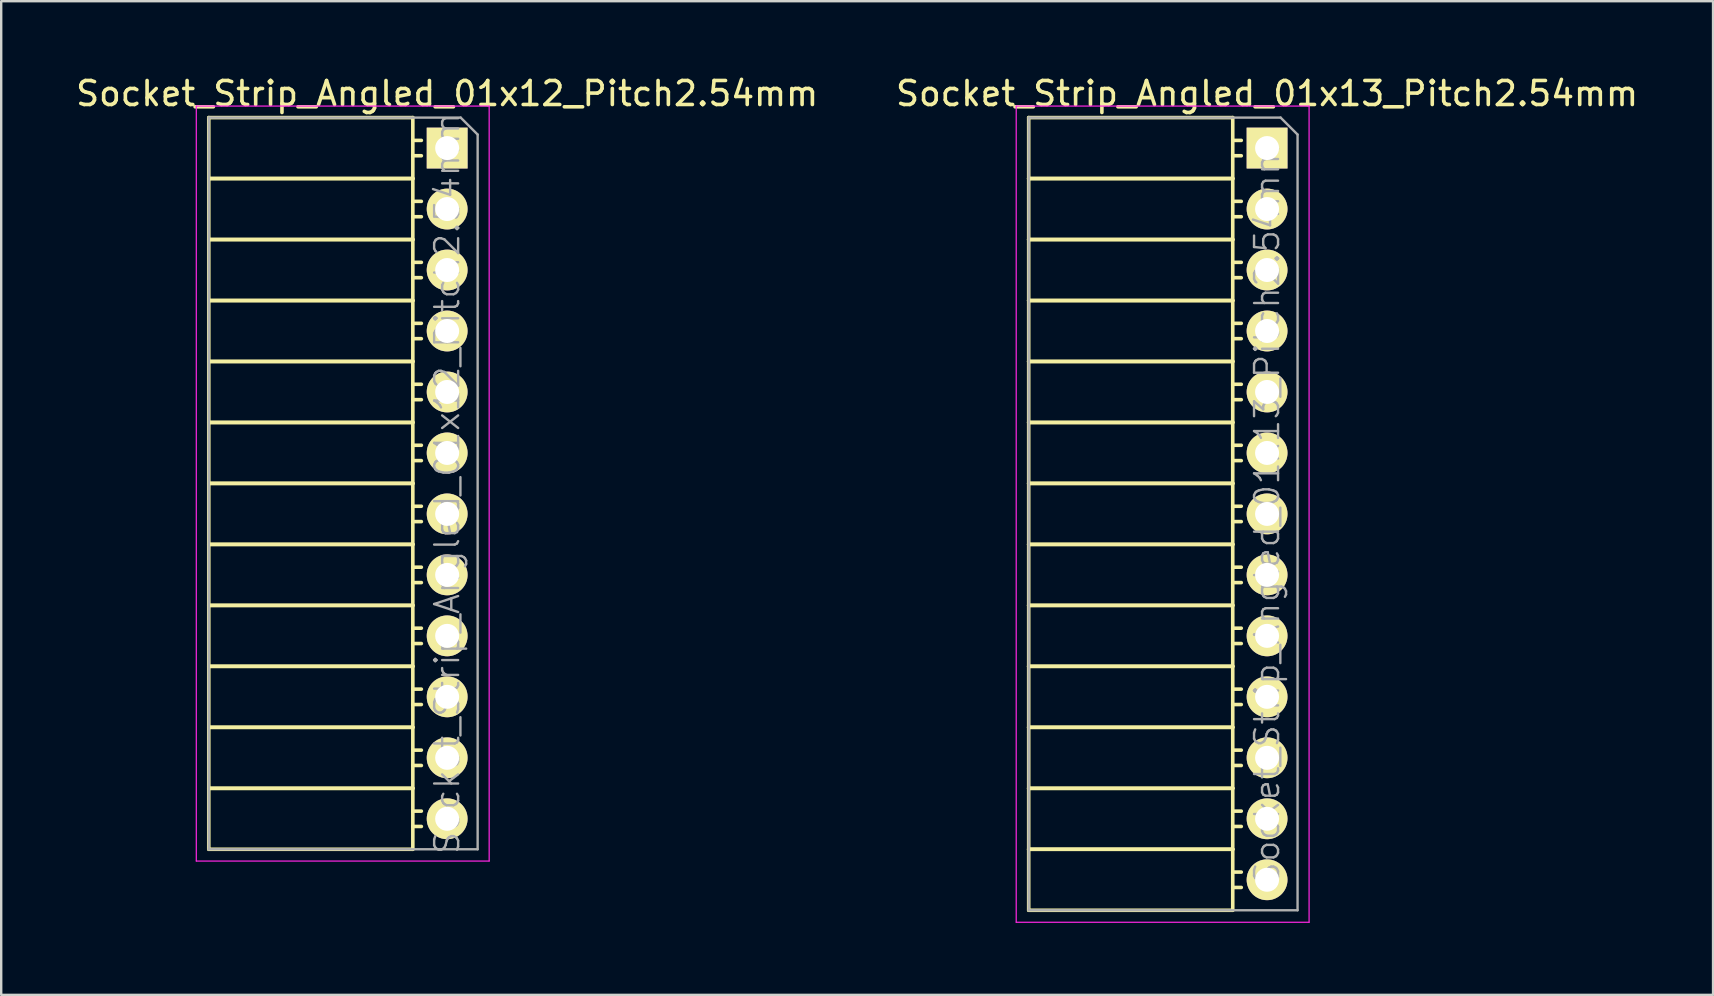
<source format=kicad_pcb>
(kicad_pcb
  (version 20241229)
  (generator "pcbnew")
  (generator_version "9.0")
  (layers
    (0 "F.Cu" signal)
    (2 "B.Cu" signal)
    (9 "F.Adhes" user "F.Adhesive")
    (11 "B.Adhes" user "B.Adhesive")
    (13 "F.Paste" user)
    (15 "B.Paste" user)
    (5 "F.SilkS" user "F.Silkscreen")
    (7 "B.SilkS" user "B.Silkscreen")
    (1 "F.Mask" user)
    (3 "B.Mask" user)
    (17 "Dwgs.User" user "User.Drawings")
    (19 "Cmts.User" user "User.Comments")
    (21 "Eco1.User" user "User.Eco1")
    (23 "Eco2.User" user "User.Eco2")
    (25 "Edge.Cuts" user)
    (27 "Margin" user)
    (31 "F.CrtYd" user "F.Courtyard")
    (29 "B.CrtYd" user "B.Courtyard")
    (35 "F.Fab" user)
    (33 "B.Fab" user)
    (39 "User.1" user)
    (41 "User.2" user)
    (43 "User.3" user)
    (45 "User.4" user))
  (footprint "Socket_Strip_Angled_01x13_Pitch2.54mm"
    (layer "F.Cu")
    (at 49.732 3.118)
    (property "Reference" "Socket_Strip_Angled_01x13_Pitch2.54mm" (at 0 -2.27 0) (layer "F.SilkS") (effects (font (size 1 1) (thickness 0.15))))
    (attr smd)
    (fp_line (start -9.93 -1.27) (end -9.93 1.27) (stroke (width 0.15) (type solid)) (layer "F.SilkS"))
    (fp_line (start -9.93 -1.27) (end -1.43 -1.27) (stroke (width 0.15) (type solid)) (layer "F.SilkS"))
    (fp_line (start -9.93 1.27) (end -9.93 3.81) (stroke (width 0.15) (type solid)) (layer "F.SilkS"))
    (fp_line (start -9.93 1.27) (end -1.43 1.27) (stroke (width 0.15) (type solid)) (layer "F.SilkS"))
    (fp_line (start -9.93 1.27) (end -1.43 1.27) (stroke (width 0.15) (type solid)) (layer "F.SilkS"))
    (fp_line (start -9.93 3.81) (end -9.93 6.35) (stroke (width 0.15) (type solid)) (layer "F.SilkS"))
    (fp_line (start -9.93 3.81) (end -1.43 3.81) (stroke (width 0.15) (type solid)) (layer "F.SilkS"))
    (fp_line (start -9.93 3.81) (end -1.43 3.81) (stroke (width 0.15) (type solid)) (layer "F.SilkS"))
    (fp_line (start -9.93 6.35) (end -9.93 8.89) (stroke (width 0.15) (type solid)) (layer "F.SilkS"))
    (fp_line (start -9.93 6.35) (end -1.43 6.35) (stroke (width 0.15) (type solid)) (layer "F.SilkS"))
    (fp_line (start -9.93 6.35) (end -1.43 6.35) (stroke (width 0.15) (type solid)) (layer "F.SilkS"))
    (fp_line (start -9.93 8.89) (end -9.93 11.43) (stroke (width 0.15) (type solid)) (layer "F.SilkS"))
    (fp_line (start -9.93 8.89) (end -1.43 8.89) (stroke (width 0.15) (type solid)) (layer "F.SilkS"))
    (fp_line (start -9.93 8.89) (end -1.43 8.89) (stroke (width 0.15) (type solid)) (layer "F.SilkS"))
    (fp_line (start -9.93 11.43) (end -9.93 13.97) (stroke (width 0.15) (type solid)) (layer "F.SilkS"))
    (fp_line (start -9.93 11.43) (end -1.43 11.43) (stroke (width 0.15) (type solid)) (layer "F.SilkS"))
    (fp_line (start -9.93 11.43) (end -1.43 11.43) (stroke (width 0.15) (type solid)) (layer "F.SilkS"))
    (fp_line (start -9.93 13.97) (end -9.93 16.51) (stroke (width 0.15) (type solid)) (layer "F.SilkS"))
    (fp_line (start -9.93 13.97) (end -1.43 13.97) (stroke (width 0.15) (type solid)) (layer "F.SilkS"))
    (fp_line (start -9.93 13.97) (end -1.43 13.97) (stroke (width 0.15) (type solid)) (layer "F.SilkS"))
    (fp_line (start -9.93 16.51) (end -9.93 19.05) (stroke (width 0.15) (type solid)) (layer "F.SilkS"))
    (fp_line (start -9.93 16.51) (end -1.43 16.51) (stroke (width 0.15) (type solid)) (layer "F.SilkS"))
    (fp_line (start -9.93 16.51) (end -1.43 16.51) (stroke (width 0.15) (type solid)) (layer "F.SilkS"))
    (fp_line (start -9.93 19.05) (end -9.93 21.59) (stroke (width 0.15) (type solid)) (layer "F.SilkS"))
    (fp_line (start -9.93 19.05) (end -1.43 19.05) (stroke (width 0.15) (type solid)) (layer "F.SilkS"))
    (fp_line (start -9.93 19.05) (end -1.43 19.05) (stroke (width 0.15) (type solid)) (layer "F.SilkS"))
    (fp_line (start -9.93 21.59) (end -9.93 24.13) (stroke (width 0.15) (type solid)) (layer "F.SilkS"))
    (fp_line (start -9.93 21.59) (end -1.43 21.59) (stroke (width 0.15) (type solid)) (layer "F.SilkS"))
    (fp_line (start -9.93 21.59) (end -1.43 21.59) (stroke (width 0.15) (type solid)) (layer "F.SilkS"))
    (fp_line (start -9.93 24.13) (end -9.93 26.67) (stroke (width 0.15) (type solid)) (layer "F.SilkS"))
    (fp_line (start -9.93 24.13) (end -1.43 24.13) (stroke (width 0.15) (type solid)) (layer "F.SilkS"))
    (fp_line (start -9.93 24.13) (end -1.43 24.13) (stroke (width 0.15) (type solid)) (layer "F.SilkS"))
    (fp_line (start -9.93 26.67) (end -9.93 29.21) (stroke (width 0.15) (type solid)) (layer "F.SilkS"))
    (fp_line (start -9.93 26.67) (end -1.43 26.67) (stroke (width 0.15) (type solid)) (layer "F.SilkS"))
    (fp_line (start -9.93 26.67) (end -1.43 26.67) (stroke (width 0.15) (type solid)) (layer "F.SilkS"))
    (fp_line (start -9.93 29.21) (end -9.93 31.75) (stroke (width 0.15) (type solid)) (layer "F.SilkS"))
    (fp_line (start -9.93 29.21) (end -1.43 29.21) (stroke (width 0.15) (type solid)) (layer "F.SilkS"))
    (fp_line (start -9.93 29.21) (end -1.43 29.21) (stroke (width 0.15) (type solid)) (layer "F.SilkS"))
    (fp_line (start -9.93 31.75) (end -1.43 31.75) (stroke (width 0.15) (type solid)) (layer "F.SilkS"))
    (fp_line (start -1.43 -1.27) (end -1.43 1.27) (stroke (width 0.15) (type solid)) (layer "F.SilkS"))
    (fp_line (start -1.43 -0.32) (end -1.075 -0.32) (stroke (width 0.15) (type solid)) (layer "F.SilkS"))
    (fp_line (start -1.43 0.32) (end -1.075 0.32) (stroke (width 0.15) (type solid)) (layer "F.SilkS"))
    (fp_line (start -1.43 1.27) (end -1.43 3.81) (stroke (width 0.15) (type solid)) (layer "F.SilkS"))
    (fp_line (start -1.43 2.22) (end -1.075 2.22) (stroke (width 0.15) (type solid)) (layer "F.SilkS"))
    (fp_line (start -1.43 2.86) (end -1.075 2.86) (stroke (width 0.15) (type solid)) (layer "F.SilkS"))
    (fp_line (start -1.43 3.81) (end -1.43 6.35) (stroke (width 0.15) (type solid)) (layer "F.SilkS"))
    (fp_line (start -1.43 4.76) (end -1.075 4.76) (stroke (width 0.15) (type solid)) (layer "F.SilkS"))
    (fp_line (start -1.43 5.4) (end -1.075 5.4) (stroke (width 0.15) (type solid)) (layer "F.SilkS"))
    (fp_line (start -1.43 6.35) (end -1.43 8.89) (stroke (width 0.15) (type solid)) (layer "F.SilkS"))
    (fp_line (start -1.43 7.3) (end -1.075 7.3) (stroke (width 0.15) (type solid)) (layer "F.SilkS"))
    (fp_line (start -1.43 7.94) (end -1.075 7.94) (stroke (width 0.15) (type solid)) (layer "F.SilkS"))
    (fp_line (start -1.43 8.89) (end -1.43 11.43) (stroke (width 0.15) (type solid)) (layer "F.SilkS"))
    (fp_line (start -1.43 9.84) (end -1.075 9.84) (stroke (width 0.15) (type solid)) (layer "F.SilkS"))
    (fp_line (start -1.43 10.48) (end -1.075 10.48) (stroke (width 0.15) (type solid)) (layer "F.SilkS"))
    (fp_line (start -1.43 11.43) (end -1.43 13.97) (stroke (width 0.15) (type solid)) (layer "F.SilkS"))
    (fp_line (start -1.43 12.38) (end -1.075 12.38) (stroke (width 0.15) (type solid)) (layer "F.SilkS"))
    (fp_line (start -1.43 13.02) (end -1.075 13.02) (stroke (width 0.15) (type solid)) (layer "F.SilkS"))
    (fp_line (start -1.43 13.97) (end -1.43 16.51) (stroke (width 0.15) (type solid)) (layer "F.SilkS"))
    (fp_line (start -1.43 14.92) (end -1.075 14.92) (stroke (width 0.15) (type solid)) (layer "F.SilkS"))
    (fp_line (start -1.43 15.56) (end -1.075 15.56) (stroke (width 0.15) (type solid)) (layer "F.SilkS"))
    (fp_line (start -1.43 16.51) (end -1.43 19.05) (stroke (width 0.15) (type solid)) (layer "F.SilkS"))
    (fp_line (start -1.43 17.46) (end -1.075 17.46) (stroke (width 0.15) (type solid)) (layer "F.SilkS"))
    (fp_line (start -1.43 18.1) (end -1.075 18.1) (stroke (width 0.15) (type solid)) (layer "F.SilkS"))
    (fp_line (start -1.43 19.05) (end -1.43 21.59) (stroke (width 0.15) (type solid)) (layer "F.SilkS"))
    (fp_line (start -1.43 20) (end -1.075 20) (stroke (width 0.15) (type solid)) (layer "F.SilkS"))
    (fp_line (start -1.43 20.64) (end -1.075 20.64) (stroke (width 0.15) (type solid)) (layer "F.SilkS"))
    (fp_line (start -1.43 21.59) (end -1.43 24.13) (stroke (width 0.15) (type solid)) (layer "F.SilkS"))
    (fp_line (start -1.43 22.54) (end -1.075 22.54) (stroke (width 0.15) (type solid)) (layer "F.SilkS"))
    (fp_line (start -1.43 23.18) (end -1.075 23.18) (stroke (width 0.15) (type solid)) (layer "F.SilkS"))
    (fp_line (start -1.43 24.13) (end -1.43 26.67) (stroke (width 0.15) (type solid)) (layer "F.SilkS"))
    (fp_line (start -1.43 25.08) (end -1.075 25.08) (stroke (width 0.15) (type solid)) (layer "F.SilkS"))
    (fp_line (start -1.43 25.72) (end -1.075 25.72) (stroke (width 0.15) (type solid)) (layer "F.SilkS"))
    (fp_line (start -1.43 26.67) (end -1.43 29.21) (stroke (width 0.15) (type solid)) (layer "F.SilkS"))
    (fp_line (start -1.43 27.62) (end -1.075 27.62) (stroke (width 0.15) (type solid)) (layer "F.SilkS"))
    (fp_line (start -1.43 28.26) (end -1.075 28.26) (stroke (width 0.15) (type solid)) (layer "F.SilkS"))
    (fp_line (start -1.43 29.21) (end -1.43 31.75) (stroke (width 0.15) (type solid)) (layer "F.SilkS"))
    (fp_line (start -1.43 30.16) (end -1.075 30.16) (stroke (width 0.15) (type solid)) (layer "F.SilkS"))
    (fp_line (start -1.43 30.8) (end -1.075 30.8) (stroke (width 0.15) (type solid)) (layer "F.SilkS"))
    (fp_line (start -10.45 -1.75) (end 1.75 -1.75) (stroke (width 0.05) (type solid)) (layer "F.CrtYd"))
    (fp_line (start -10.45 32.25) (end -10.45 -1.75) (stroke (width 0.05) (type solid)) (layer "F.CrtYd"))
    (fp_line (start -10.45 32.25) (end 1.75 32.25) (stroke (width 0.05) (type solid)) (layer "F.CrtYd"))
    (fp_line (start 1.75 32.25) (end 1.75 -1.75) (stroke (width 0.05) (type solid)) (layer "F.CrtYd"))
    (fp_line (start -9.93 -1.27) (end 0.563 -1.27) (stroke (width 0.1) (type solid)) (layer "F.Fab"))
    (fp_line (start -9.93 31.75) (end -9.93 -1.27) (stroke (width 0.1) (type solid)) (layer "F.Fab"))
    (fp_line (start -9.93 31.75) (end 1.27 31.75) (stroke (width 0.1) (type solid)) (layer "F.Fab"))
    (fp_line (start 1.27 -0.563) (end 0.563 -1.27) (stroke (width 0.1) (type solid)) (layer "F.Fab"))
    (fp_line (start 1.27 31.75) (end 1.27 -0.563) (stroke (width 0.1) (type solid)) (layer "F.Fab"))
    (fp_text user "${REFERENCE}" (at 0 15.24 90) (layer "F.Fab") (effects (font (size 1 1) (thickness 0.1))))
    (pad "1" thru_hole rect (at 0 0) (size 1.7 1.7) (drill 1) (layers "*.Cu" "*.Mask" "F.SilkS"))
    (pad "2" thru_hole oval (at 0 2.54) (size 1.7 1.7) (drill 1) (layers "*.Cu" "*.Mask" "F.SilkS"))
    (pad "3" thru_hole oval (at 0 5.08) (size 1.7 1.7) (drill 1) (layers "*.Cu" "*.Mask" "F.SilkS"))
    (pad "4" thru_hole oval (at 0 7.62) (size 1.7 1.7) (drill 1) (layers "*.Cu" "*.Mask" "F.SilkS"))
    (pad "5" thru_hole oval (at 0 10.16) (size 1.7 1.7) (drill 1) (layers "*.Cu" "*.Mask" "F.SilkS"))
    (pad "6" thru_hole oval (at 0 12.7) (size 1.7 1.7) (drill 1) (layers "*.Cu" "*.Mask" "F.SilkS"))
    (pad "7" thru_hole oval (at 0 15.24) (size 1.7 1.7) (drill 1) (layers "*.Cu" "*.Mask" "F.SilkS"))
    (pad "8" thru_hole oval (at 0 17.78) (size 1.7 1.7) (drill 1) (layers "*.Cu" "*.Mask" "F.SilkS"))
    (pad "9" thru_hole oval (at 0 20.32) (size 1.7 1.7) (drill 1) (layers "*.Cu" "*.Mask" "F.SilkS"))
    (pad "10" thru_hole oval (at 0 22.86) (size 1.7 1.7) (drill 1) (layers "*.Cu" "*.Mask" "F.SilkS"))
    (pad "11" thru_hole oval (at 0 25.4) (size 1.7 1.7) (drill 1) (layers "*.Cu" "*.Mask" "F.SilkS"))
    (pad "12" thru_hole oval (at 0 27.94) (size 1.7 1.7) (drill 1) (layers "*.Cu" "*.Mask" "F.SilkS"))
    (pad "13" thru_hole oval (at 0 30.48) (size 1.7 1.7) (drill 1) (layers "*.Cu" "*.Mask" "F.SilkS")))
  (footprint "Socket_Strip_Angled_01x12_Pitch2.54mm"
    (layer "F.Cu")
    (at 15.577 3.118)
    (property "Reference" "Socket_Strip_Angled_01x12_Pitch2.54mm" (at 0 -2.27 0) (layer "F.SilkS") (effects (font (size 1 1) (thickness 0.15))))
    (attr smd)
    (fp_line (start -9.93 -1.27) (end -9.93 1.27) (stroke (width 0.15) (type solid)) (layer "F.SilkS"))
    (fp_line (start -9.93 -1.27) (end -1.43 -1.27) (stroke (width 0.15) (type solid)) (layer "F.SilkS"))
    (fp_line (start -9.93 1.27) (end -9.93 3.81) (stroke (width 0.15) (type solid)) (layer "F.SilkS"))
    (fp_line (start -9.93 1.27) (end -1.43 1.27) (stroke (width 0.15) (type solid)) (layer "F.SilkS"))
    (fp_line (start -9.93 1.27) (end -1.43 1.27) (stroke (width 0.15) (type solid)) (layer "F.SilkS"))
    (fp_line (start -9.93 3.81) (end -9.93 6.35) (stroke (width 0.15) (type solid)) (layer "F.SilkS"))
    (fp_line (start -9.93 3.81) (end -1.43 3.81) (stroke (width 0.15) (type solid)) (layer "F.SilkS"))
    (fp_line (start -9.93 3.81) (end -1.43 3.81) (stroke (width 0.15) (type solid)) (layer "F.SilkS"))
    (fp_line (start -9.93 6.35) (end -9.93 8.89) (stroke (width 0.15) (type solid)) (layer "F.SilkS"))
    (fp_line (start -9.93 6.35) (end -1.43 6.35) (stroke (width 0.15) (type solid)) (layer "F.SilkS"))
    (fp_line (start -9.93 6.35) (end -1.43 6.35) (stroke (width 0.15) (type solid)) (layer "F.SilkS"))
    (fp_line (start -9.93 8.89) (end -9.93 11.43) (stroke (width 0.15) (type solid)) (layer "F.SilkS"))
    (fp_line (start -9.93 8.89) (end -1.43 8.89) (stroke (width 0.15) (type solid)) (layer "F.SilkS"))
    (fp_line (start -9.93 8.89) (end -1.43 8.89) (stroke (width 0.15) (type solid)) (layer "F.SilkS"))
    (fp_line (start -9.93 11.43) (end -9.93 13.97) (stroke (width 0.15) (type solid)) (layer "F.SilkS"))
    (fp_line (start -9.93 11.43) (end -1.43 11.43) (stroke (width 0.15) (type solid)) (layer "F.SilkS"))
    (fp_line (start -9.93 11.43) (end -1.43 11.43) (stroke (width 0.15) (type solid)) (layer "F.SilkS"))
    (fp_line (start -9.93 13.97) (end -9.93 16.51) (stroke (width 0.15) (type solid)) (layer "F.SilkS"))
    (fp_line (start -9.93 13.97) (end -1.43 13.97) (stroke (width 0.15) (type solid)) (layer "F.SilkS"))
    (fp_line (start -9.93 13.97) (end -1.43 13.97) (stroke (width 0.15) (type solid)) (layer "F.SilkS"))
    (fp_line (start -9.93 16.51) (end -9.93 19.05) (stroke (width 0.15) (type solid)) (layer "F.SilkS"))
    (fp_line (start -9.93 16.51) (end -1.43 16.51) (stroke (width 0.15) (type solid)) (layer "F.SilkS"))
    (fp_line (start -9.93 16.51) (end -1.43 16.51) (stroke (width 0.15) (type solid)) (layer "F.SilkS"))
    (fp_line (start -9.93 19.05) (end -9.93 21.59) (stroke (width 0.15) (type solid)) (layer "F.SilkS"))
    (fp_line (start -9.93 19.05) (end -1.43 19.05) (stroke (width 0.15) (type solid)) (layer "F.SilkS"))
    (fp_line (start -9.93 19.05) (end -1.43 19.05) (stroke (width 0.15) (type solid)) (layer "F.SilkS"))
    (fp_line (start -9.93 21.59) (end -9.93 24.13) (stroke (width 0.15) (type solid)) (layer "F.SilkS"))
    (fp_line (start -9.93 21.59) (end -1.43 21.59) (stroke (width 0.15) (type solid)) (layer "F.SilkS"))
    (fp_line (start -9.93 21.59) (end -1.43 21.59) (stroke (width 0.15) (type solid)) (layer "F.SilkS"))
    (fp_line (start -9.93 24.13) (end -9.93 26.67) (stroke (width 0.15) (type solid)) (layer "F.SilkS"))
    (fp_line (start -9.93 24.13) (end -1.43 24.13) (stroke (width 0.15) (type solid)) (layer "F.SilkS"))
    (fp_line (start -9.93 24.13) (end -1.43 24.13) (stroke (width 0.15) (type solid)) (layer "F.SilkS"))
    (fp_line (start -9.93 26.67) (end -9.93 29.21) (stroke (width 0.15) (type solid)) (layer "F.SilkS"))
    (fp_line (start -9.93 26.67) (end -1.43 26.67) (stroke (width 0.15) (type solid)) (layer "F.SilkS"))
    (fp_line (start -9.93 26.67) (end -1.43 26.67) (stroke (width 0.15) (type solid)) (layer "F.SilkS"))
    (fp_line (start -9.93 29.21) (end -1.43 29.21) (stroke (width 0.15) (type solid)) (layer "F.SilkS"))
    (fp_line (start -1.43 -1.27) (end -1.43 1.27) (stroke (width 0.15) (type solid)) (layer "F.SilkS"))
    (fp_line (start -1.43 -0.32) (end -1.075 -0.32) (stroke (width 0.15) (type solid)) (layer "F.SilkS"))
    (fp_line (start -1.43 0.32) (end -1.075 0.32) (stroke (width 0.15) (type solid)) (layer "F.SilkS"))
    (fp_line (start -1.43 1.27) (end -1.43 3.81) (stroke (width 0.15) (type solid)) (layer "F.SilkS"))
    (fp_line (start -1.43 2.22) (end -1.075 2.22) (stroke (width 0.15) (type solid)) (layer "F.SilkS"))
    (fp_line (start -1.43 2.86) (end -1.075 2.86) (stroke (width 0.15) (type solid)) (layer "F.SilkS"))
    (fp_line (start -1.43 3.81) (end -1.43 6.35) (stroke (width 0.15) (type solid)) (layer "F.SilkS"))
    (fp_line (start -1.43 4.76) (end -1.075 4.76) (stroke (width 0.15) (type solid)) (layer "F.SilkS"))
    (fp_line (start -1.43 5.4) (end -1.075 5.4) (stroke (width 0.15) (type solid)) (layer "F.SilkS"))
    (fp_line (start -1.43 6.35) (end -1.43 8.89) (stroke (width 0.15) (type solid)) (layer "F.SilkS"))
    (fp_line (start -1.43 7.3) (end -1.075 7.3) (stroke (width 0.15) (type solid)) (layer "F.SilkS"))
    (fp_line (start -1.43 7.94) (end -1.075 7.94) (stroke (width 0.15) (type solid)) (layer "F.SilkS"))
    (fp_line (start -1.43 8.89) (end -1.43 11.43) (stroke (width 0.15) (type solid)) (layer "F.SilkS"))
    (fp_line (start -1.43 9.84) (end -1.075 9.84) (stroke (width 0.15) (type solid)) (layer "F.SilkS"))
    (fp_line (start -1.43 10.48) (end -1.075 10.48) (stroke (width 0.15) (type solid)) (layer "F.SilkS"))
    (fp_line (start -1.43 11.43) (end -1.43 13.97) (stroke (width 0.15) (type solid)) (layer "F.SilkS"))
    (fp_line (start -1.43 12.38) (end -1.075 12.38) (stroke (width 0.15) (type solid)) (layer "F.SilkS"))
    (fp_line (start -1.43 13.02) (end -1.075 13.02) (stroke (width 0.15) (type solid)) (layer "F.SilkS"))
    (fp_line (start -1.43 13.97) (end -1.43 16.51) (stroke (width 0.15) (type solid)) (layer "F.SilkS"))
    (fp_line (start -1.43 14.92) (end -1.075 14.92) (stroke (width 0.15) (type solid)) (layer "F.SilkS"))
    (fp_line (start -1.43 15.56) (end -1.075 15.56) (stroke (width 0.15) (type solid)) (layer "F.SilkS"))
    (fp_line (start -1.43 16.51) (end -1.43 19.05) (stroke (width 0.15) (type solid)) (layer "F.SilkS"))
    (fp_line (start -1.43 17.46) (end -1.075 17.46) (stroke (width 0.15) (type solid)) (layer "F.SilkS"))
    (fp_line (start -1.43 18.1) (end -1.075 18.1) (stroke (width 0.15) (type solid)) (layer "F.SilkS"))
    (fp_line (start -1.43 19.05) (end -1.43 21.59) (stroke (width 0.15) (type solid)) (layer "F.SilkS"))
    (fp_line (start -1.43 20) (end -1.075 20) (stroke (width 0.15) (type solid)) (layer "F.SilkS"))
    (fp_line (start -1.43 20.64) (end -1.075 20.64) (stroke (width 0.15) (type solid)) (layer "F.SilkS"))
    (fp_line (start -1.43 21.59) (end -1.43 24.13) (stroke (width 0.15) (type solid)) (layer "F.SilkS"))
    (fp_line (start -1.43 22.54) (end -1.075 22.54) (stroke (width 0.15) (type solid)) (layer "F.SilkS"))
    (fp_line (start -1.43 23.18) (end -1.075 23.18) (stroke (width 0.15) (type solid)) (layer "F.SilkS"))
    (fp_line (start -1.43 24.13) (end -1.43 26.67) (stroke (width 0.15) (type solid)) (layer "F.SilkS"))
    (fp_line (start -1.43 25.08) (end -1.075 25.08) (stroke (width 0.15) (type solid)) (layer "F.SilkS"))
    (fp_line (start -1.43 25.72) (end -1.075 25.72) (stroke (width 0.15) (type solid)) (layer "F.SilkS"))
    (fp_line (start -1.43 26.67) (end -1.43 29.21) (stroke (width 0.15) (type solid)) (layer "F.SilkS"))
    (fp_line (start -1.43 27.62) (end -1.075 27.62) (stroke (width 0.15) (type solid)) (layer "F.SilkS"))
    (fp_line (start -1.43 28.26) (end -1.075 28.26) (stroke (width 0.15) (type solid)) (layer "F.SilkS"))
    (fp_line (start -10.45 -1.75) (end 1.75 -1.75) (stroke (width 0.05) (type solid)) (layer "F.CrtYd"))
    (fp_line (start -10.45 29.7) (end -10.45 -1.75) (stroke (width 0.05) (type solid)) (layer "F.CrtYd"))
    (fp_line (start -10.45 29.7) (end 1.75 29.7) (stroke (width 0.05) (type solid)) (layer "F.CrtYd"))
    (fp_line (start 1.75 29.7) (end 1.75 -1.75) (stroke (width 0.05) (type solid)) (layer "F.CrtYd"))
    (fp_line (start -9.93 -1.27) (end 0.563 -1.27) (stroke (width 0.1) (type solid)) (layer "F.Fab"))
    (fp_line (start -9.93 29.21) (end -9.93 -1.27) (stroke (width 0.1) (type solid)) (layer "F.Fab"))
    (fp_line (start -9.93 29.21) (end 1.27 29.21) (stroke (width 0.1) (type solid)) (layer "F.Fab"))
    (fp_line (start 1.27 -0.563) (end 0.563 -1.27) (stroke (width 0.1) (type solid)) (layer "F.Fab"))
    (fp_line (start 1.27 29.21) (end 1.27 -0.563) (stroke (width 0.1) (type solid)) (layer "F.Fab"))
    (fp_text user "${REFERENCE}" (at 0 13.97 90) (layer "F.Fab") (effects (font (size 1 1) (thickness 0.1))))
    (pad "1" thru_hole rect (at 0 0) (size 1.7 1.7) (drill 1) (layers "*.Cu" "*.Mask" "F.SilkS"))
    (pad "2" thru_hole oval (at 0 2.54) (size 1.7 1.7) (drill 1) (layers "*.Cu" "*.Mask" "F.SilkS"))
    (pad "3" thru_hole oval (at 0 5.08) (size 1.7 1.7) (drill 1) (layers "*.Cu" "*.Mask" "F.SilkS"))
    (pad "4" thru_hole oval (at 0 7.62) (size 1.7 1.7) (drill 1) (layers "*.Cu" "*.Mask" "F.SilkS"))
    (pad "5" thru_hole oval (at 0 10.16) (size 1.7 1.7) (drill 1) (layers "*.Cu" "*.Mask" "F.SilkS"))
    (pad "6" thru_hole oval (at 0 12.7) (size 1.7 1.7) (drill 1) (layers "*.Cu" "*.Mask" "F.SilkS"))
    (pad "7" thru_hole oval (at 0 15.24) (size 1.7 1.7) (drill 1) (layers "*.Cu" "*.Mask" "F.SilkS"))
    (pad "8" thru_hole oval (at 0 17.78) (size 1.7 1.7) (drill 1) (layers "*.Cu" "*.Mask" "F.SilkS"))
    (pad "9" thru_hole oval (at 0 20.32) (size 1.7 1.7) (drill 1) (layers "*.Cu" "*.Mask" "F.SilkS"))
    (pad "10" thru_hole oval (at 0 22.86) (size 1.7 1.7) (drill 1) (layers "*.Cu" "*.Mask" "F.SilkS"))
    (pad "11" thru_hole oval (at 0 25.4) (size 1.7 1.7) (drill 1) (layers "*.Cu" "*.Mask" "F.SilkS"))
    (pad "12" thru_hole oval (at 0 27.94) (size 1.7 1.7) (drill 1) (layers "*.Cu" "*.Mask" "F.SilkS")))
  (gr_rect
    (start -3 -3)
    (end 68.31 38.393)
    (stroke (width 0.1) (type default))
    (fill no)
    (layer "Edge.Cuts")))
</source>
